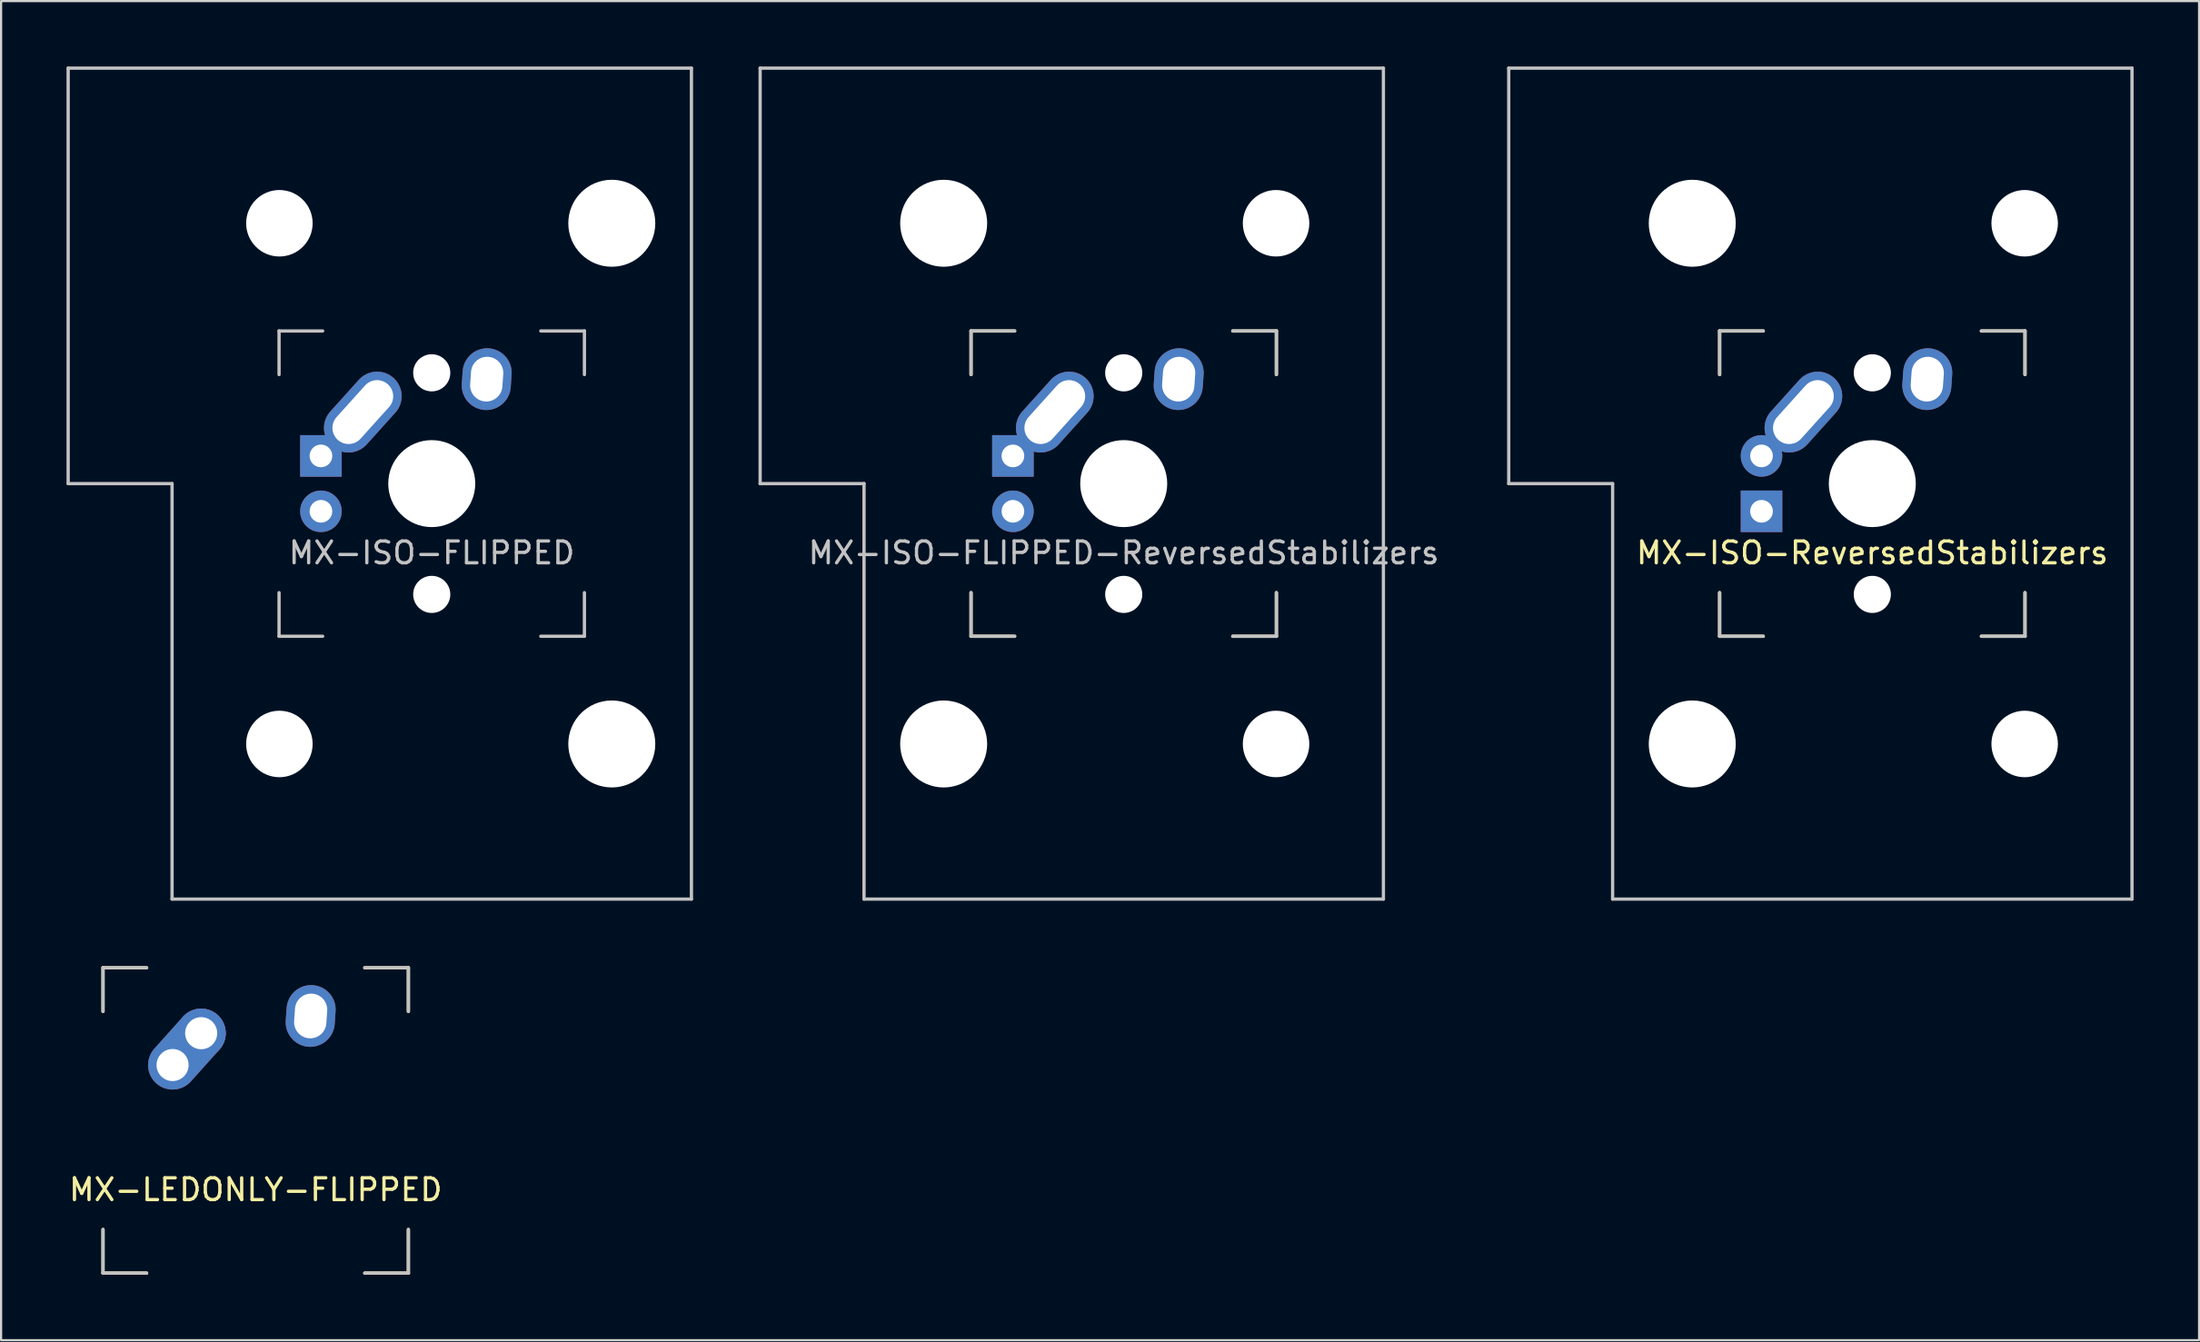
<source format=kicad_pcb>
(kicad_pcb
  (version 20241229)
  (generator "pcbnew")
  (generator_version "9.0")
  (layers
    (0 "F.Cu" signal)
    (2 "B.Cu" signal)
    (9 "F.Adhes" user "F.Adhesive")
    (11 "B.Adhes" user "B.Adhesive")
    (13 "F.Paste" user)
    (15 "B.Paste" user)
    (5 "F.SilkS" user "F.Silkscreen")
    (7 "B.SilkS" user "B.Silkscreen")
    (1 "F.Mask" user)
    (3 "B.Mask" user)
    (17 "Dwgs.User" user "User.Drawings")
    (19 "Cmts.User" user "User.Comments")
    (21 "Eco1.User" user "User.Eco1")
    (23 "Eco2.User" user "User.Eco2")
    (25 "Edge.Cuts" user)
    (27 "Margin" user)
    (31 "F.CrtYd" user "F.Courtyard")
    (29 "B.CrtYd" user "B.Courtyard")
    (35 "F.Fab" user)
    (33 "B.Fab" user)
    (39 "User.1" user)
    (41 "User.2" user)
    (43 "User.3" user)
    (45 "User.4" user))
  (footprint "MX-LEDONLY-FLIPPED"
    (layer "F.Cu")
    (at 8.673 48.325)
    (property "Reference" "MX-LEDONLY-FLIPPED" (at 0 3.175 0) (layer "F.SilkS") (effects (font (size 1 1) (thickness 0.15))))
    (attr through_hole)
    (fp_line (start -7 -7) (end -7 -5) (stroke (width 0.15) (type solid)) (layer "F.SilkS"))
    (fp_line (start -7 5) (end -7 7) (stroke (width 0.15) (type solid)) (layer "F.SilkS"))
    (fp_line (start -7 7) (end -5 7) (stroke (width 0.15) (type solid)) (layer "F.SilkS"))
    (fp_line (start -5 -7) (end -7 -7) (stroke (width 0.15) (type solid)) (layer "F.SilkS"))
    (fp_line (start 5 -7) (end 7 -7) (stroke (width 0.15) (type solid)) (layer "F.SilkS"))
    (fp_line (start 5 7) (end 7 7) (stroke (width 0.15) (type solid)) (layer "F.SilkS"))
    (fp_line (start 7 -7) (end 7 -5) (stroke (width 0.15) (type solid)) (layer "F.SilkS"))
    (fp_line (start 7 7) (end 7 5) (stroke (width 0.15) (type solid)) (layer "F.SilkS"))
    (fp_line (start -7 -7) (end -7 -5) (stroke (width 0.15) (type solid)) (layer "Dwgs.User"))
    (fp_line (start -7 5) (end -7 7) (stroke (width 0.15) (type solid)) (layer "Dwgs.User"))
    (fp_line (start -7 7) (end -5 7) (stroke (width 0.15) (type solid)) (layer "Dwgs.User"))
    (fp_line (start -5 -7) (end -7 -7) (stroke (width 0.15) (type solid)) (layer "Dwgs.User"))
    (fp_line (start 5 -7) (end 7 -7) (stroke (width 0.15) (type solid)) (layer "Dwgs.User"))
    (fp_line (start 5 7) (end 7 7) (stroke (width 0.15) (type solid)) (layer "Dwgs.User"))
    (fp_line (start 7 -7) (end 7 -5) (stroke (width 0.15) (type solid)) (layer "Dwgs.User"))
    (fp_line (start 7 7) (end 7 5) (stroke (width 0.15) (type solid)) (layer "Dwgs.User"))
    (pad "1" thru_hole oval (at -3.81 -2.54 48.1) (size 4.212 2.25) (drill 1.47 (offset 0.981 0)) (layers "*.Cu" "*.Mask"))
    (pad "1" thru_hole circle (at -2.5 -4) (size 2.25 2.25) (drill 1.47) (layers "*.Cu" "*.Mask"))
    (pad "2" thru_hole oval (at 2.52 -4.79 86) (size 2.831 2.25) (drill oval 2.051 1.48) (layers "*.Cu" "*.Mask")))
  (footprint "MX-ISO-FLIPPED-ReversedStabilizers"
    (layer "F.Cu")
    (at 48.469 19.125)
    (property "Reference" "MX-ISO-FLIPPED-ReversedStabilizers" (at 0 3.175 0) (layer "Dwgs.User") (effects (font (size 1 1) (thickness 0.15))))
    (attr through_hole)
    (fp_line (start -7 -7) (end -7 -5) (stroke (width 0.15) (type solid)) (layer "F.SilkS"))
    (fp_line (start -7 5) (end -7 7) (stroke (width 0.15) (type solid)) (layer "F.SilkS"))
    (fp_line (start -7 7) (end -5 7) (stroke (width 0.15) (type solid)) (layer "F.SilkS"))
    (fp_line (start -5 -7) (end -7 -7) (stroke (width 0.15) (type solid)) (layer "F.SilkS"))
    (fp_line (start 5 -7) (end 7 -7) (stroke (width 0.15) (type solid)) (layer "F.SilkS"))
    (fp_line (start 5 7) (end 7 7) (stroke (width 0.15) (type solid)) (layer "F.SilkS"))
    (fp_line (start 7 -7) (end 7 -5) (stroke (width 0.15) (type solid)) (layer "F.SilkS"))
    (fp_line (start 7 7) (end 7 5) (stroke (width 0.15) (type solid)) (layer "F.SilkS"))
    (fp_line (start -16.669 -19.05) (end -16.669 0) (stroke (width 0.15) (type solid)) (layer "Dwgs.User"))
    (fp_line (start -16.669 -19.05) (end 11.906 -19.05) (stroke (width 0.15) (type solid)) (layer "Dwgs.User"))
    (fp_line (start -11.906 0) (end -16.669 0) (stroke (width 0.15) (type solid)) (layer "Dwgs.User"))
    (fp_line (start -11.906 19.05) (end -11.906 0) (stroke (width 0.15) (type solid)) (layer "Dwgs.User"))
    (fp_line (start -11.906 19.05) (end 11.906 19.05) (stroke (width 0.15) (type solid)) (layer "Dwgs.User"))
    (fp_line (start -7 -7) (end -7 -5) (stroke (width 0.15) (type solid)) (layer "Dwgs.User"))
    (fp_line (start -7 5) (end -7 7) (stroke (width 0.15) (type solid)) (layer "Dwgs.User"))
    (fp_line (start -7 7) (end -5 7) (stroke (width 0.15) (type solid)) (layer "Dwgs.User"))
    (fp_line (start -5 -7) (end -7 -7) (stroke (width 0.15) (type solid)) (layer "Dwgs.User"))
    (fp_line (start 5 -7) (end 7 -7) (stroke (width 0.15) (type solid)) (layer "Dwgs.User"))
    (fp_line (start 5 7) (end 7 7) (stroke (width 0.15) (type solid)) (layer "Dwgs.User"))
    (fp_line (start 7 -7) (end 7 -5) (stroke (width 0.15) (type solid)) (layer "Dwgs.User"))
    (fp_line (start 7 7) (end 7 5) (stroke (width 0.15) (type solid)) (layer "Dwgs.User"))
    (fp_line (start 11.906 -19.05) (end 11.906 19.05) (stroke (width 0.15) (type solid)) (layer "Dwgs.User"))
    (pad "" np_thru_hole circle (at -8.255 -11.938) (size 3.988 3.988) (drill 3.988) (layers "*.Cu" "*.Mask"))
    (pad "" np_thru_hole circle (at -8.255 11.938) (size 3.988 3.988) (drill 3.988) (layers "*.Cu" "*.Mask"))
    (pad "" np_thru_hole circle (at 0 -5.08 48.1) (size 1.702 1.702) (drill 1.702) (layers "*.Cu" "*.Mask"))
    (pad "" np_thru_hole circle (at 0 0) (size 3.988 3.988) (drill 3.988) (layers "*.Cu" "*.Mask"))
    (pad "" np_thru_hole circle (at 0 5.08 48.1) (size 1.702 1.702) (drill 1.702) (layers "*.Cu" "*.Mask"))
    (pad "" np_thru_hole circle (at 6.985 -11.938) (size 3.048 3.048) (drill 3.048) (layers "*.Cu" "*.Mask"))
    (pad "" np_thru_hole circle (at 6.985 11.938) (size 3.048 3.048) (drill 3.048) (layers "*.Cu" "*.Mask"))
    (pad "1" thru_hole oval (at -3.16 -3.28 48) (size 4.21 2.25) (drill oval 3.43 1.48) (layers "*.Cu" "B.Mask"))
    (pad "2" thru_hole oval (at 2.52 -4.79 86) (size 2.831 2.25) (drill oval 2.051 1.48) (layers "*.Cu" "B.Mask"))
    (pad "3" thru_hole circle (at -5.08 1.27) (size 1.905 1.905) (drill 1.04) (layers "*.Cu" "B.Mask"))
    (pad "4" thru_hole rect (at -5.08 -1.27) (size 1.905 1.905) (drill 1.04) (layers "*.Cu" "B.Mask")))
  (footprint "MX-ISO-FLIPPED"
    (layer "F.Cu")
    (at 16.744 19.125)
    (property "Reference" "MX-ISO-FLIPPED" (at 0 3.175 0) (layer "Dwgs.User") (effects (font (size 1 1) (thickness 0.15))))
    (attr through_hole)
    (fp_line (start -16.669 -19.05) (end -16.669 0) (stroke (width 0.15) (type solid)) (layer "Dwgs.User"))
    (fp_line (start -16.669 -19.05) (end 11.906 -19.05) (stroke (width 0.15) (type solid)) (layer "Dwgs.User"))
    (fp_line (start -11.906 0) (end -16.669 0) (stroke (width 0.15) (type solid)) (layer "Dwgs.User"))
    (fp_line (start -11.906 19.05) (end -11.906 0) (stroke (width 0.15) (type solid)) (layer "Dwgs.User"))
    (fp_line (start -11.906 19.05) (end 11.906 19.05) (stroke (width 0.15) (type solid)) (layer "Dwgs.User"))
    (fp_line (start -7 -7) (end -7 -5) (stroke (width 0.15) (type solid)) (layer "Dwgs.User"))
    (fp_line (start -7 5) (end -7 7) (stroke (width 0.15) (type solid)) (layer "Dwgs.User"))
    (fp_line (start -7 7) (end -5 7) (stroke (width 0.15) (type solid)) (layer "Dwgs.User"))
    (fp_line (start -5 -7) (end -7 -7) (stroke (width 0.15) (type solid)) (layer "Dwgs.User"))
    (fp_line (start 5 -7) (end 7 -7) (stroke (width 0.15) (type solid)) (layer "Dwgs.User"))
    (fp_line (start 5 7) (end 7 7) (stroke (width 0.15) (type solid)) (layer "Dwgs.User"))
    (fp_line (start 7 -7) (end 7 -5) (stroke (width 0.15) (type solid)) (layer "Dwgs.User"))
    (fp_line (start 7 7) (end 7 5) (stroke (width 0.15) (type solid)) (layer "Dwgs.User"))
    (fp_line (start 11.906 -19.05) (end 11.906 19.05) (stroke (width 0.15) (type solid)) (layer "Dwgs.User"))
    (pad "" np_thru_hole circle (at -6.985 -11.938) (size 3.048 3.048) (drill 3.048) (layers "*.Cu" "*.Mask"))
    (pad "" np_thru_hole circle (at -6.985 11.938) (size 3.048 3.048) (drill 3.048) (layers "*.Cu" "*.Mask"))
    (pad "" np_thru_hole circle (at 0 -5.08 48.1) (size 1.702 1.702) (drill 1.702) (layers "*.Cu" "*.Mask"))
    (pad "" np_thru_hole circle (at 0 0) (size 3.988 3.988) (drill 3.988) (layers "*.Cu" "*.Mask"))
    (pad "" np_thru_hole circle (at 0 5.08 48.1) (size 1.702 1.702) (drill 1.702) (layers "*.Cu" "*.Mask"))
    (pad "" np_thru_hole circle (at 8.255 -11.938) (size 3.988 3.988) (drill 3.988) (layers "*.Cu" "*.Mask"))
    (pad "" np_thru_hole circle (at 8.255 11.938) (size 3.988 3.988) (drill 3.988) (layers "*.Cu" "*.Mask"))
    (pad "1" thru_hole oval (at -3.16 -3.28 48) (size 4.21 2.25) (drill oval 3.43 1.48) (layers "*.Cu" "B.Mask"))
    (pad "2" thru_hole oval (at 2.52 -4.79 86) (size 2.831 2.25) (drill oval 2.051 1.48) (layers "*.Cu" "B.Mask"))
    (pad "3" thru_hole circle (at -5.08 1.27) (size 1.905 1.905) (drill 1.04) (layers "*.Cu" "B.Mask"))
    (pad "4" thru_hole rect (at -5.08 -1.27) (size 1.905 1.905) (drill 1.04) (layers "*.Cu" "B.Mask")))
  (footprint "MX-ISO-ReversedStabilizers"
    (layer "F.Cu")
    (at 82.79 19.125)
    (property "Reference" "MX-ISO-ReversedStabilizers" (at 0 3.175 0) (layer "F.SilkS") (effects (font (size 1 1) (thickness 0.15))))
    (attr through_hole)
    (fp_line (start -7 -7) (end -7 -5) (stroke (width 0.15) (type solid)) (layer "F.SilkS"))
    (fp_line (start -7 5) (end -7 7) (stroke (width 0.15) (type solid)) (layer "F.SilkS"))
    (fp_line (start -7 7) (end -5 7) (stroke (width 0.15) (type solid)) (layer "F.SilkS"))
    (fp_line (start -5 -7) (end -7 -7) (stroke (width 0.15) (type solid)) (layer "F.SilkS"))
    (fp_line (start 5 -7) (end 7 -7) (stroke (width 0.15) (type solid)) (layer "F.SilkS"))
    (fp_line (start 5 7) (end 7 7) (stroke (width 0.15) (type solid)) (layer "F.SilkS"))
    (fp_line (start 7 -7) (end 7 -5) (stroke (width 0.15) (type solid)) (layer "F.SilkS"))
    (fp_line (start 7 7) (end 7 5) (stroke (width 0.15) (type solid)) (layer "F.SilkS"))
    (fp_line (start -16.669 -19.05) (end -16.669 0) (stroke (width 0.15) (type solid)) (layer "Dwgs.User"))
    (fp_line (start -16.669 -19.05) (end 11.906 -19.05) (stroke (width 0.15) (type solid)) (layer "Dwgs.User"))
    (fp_line (start -11.906 0) (end -16.669 0) (stroke (width 0.15) (type solid)) (layer "Dwgs.User"))
    (fp_line (start -11.906 19.05) (end -11.906 0) (stroke (width 0.15) (type solid)) (layer "Dwgs.User"))
    (fp_line (start -11.906 19.05) (end 11.906 19.05) (stroke (width 0.15) (type solid)) (layer "Dwgs.User"))
    (fp_line (start -7 -7) (end -7 -5) (stroke (width 0.15) (type solid)) (layer "Dwgs.User"))
    (fp_line (start -7 5) (end -7 7) (stroke (width 0.15) (type solid)) (layer "Dwgs.User"))
    (fp_line (start -7 7) (end -5 7) (stroke (width 0.15) (type solid)) (layer "Dwgs.User"))
    (fp_line (start -5 -7) (end -7 -7) (stroke (width 0.15) (type solid)) (layer "Dwgs.User"))
    (fp_line (start 5 -7) (end 7 -7) (stroke (width 0.15) (type solid)) (layer "Dwgs.User"))
    (fp_line (start 5 7) (end 7 7) (stroke (width 0.15) (type solid)) (layer "Dwgs.User"))
    (fp_line (start 7 -7) (end 7 -5) (stroke (width 0.15) (type solid)) (layer "Dwgs.User"))
    (fp_line (start 7 7) (end 7 5) (stroke (width 0.15) (type solid)) (layer "Dwgs.User"))
    (fp_line (start 11.906 -19.05) (end 11.906 19.05) (stroke (width 0.15) (type solid)) (layer "Dwgs.User"))
    (pad "" np_thru_hole circle (at -8.255 -11.938) (size 3.988 3.988) (drill 3.988) (layers "*.Cu" "*.Mask"))
    (pad "" np_thru_hole circle (at -8.255 11.938) (size 3.988 3.988) (drill 3.988) (layers "*.Cu" "*.Mask"))
    (pad "" np_thru_hole circle (at 0 -5.08 48.1) (size 1.702 1.702) (drill 1.702) (layers "*.Cu" "*.Mask"))
    (pad "" np_thru_hole circle (at 0 0) (size 3.988 3.988) (drill 3.988) (layers "*.Cu" "*.Mask"))
    (pad "" np_thru_hole circle (at 0 5.08 48.1) (size 1.702 1.702) (drill 1.702) (layers "*.Cu" "*.Mask"))
    (pad "" np_thru_hole circle (at 6.985 -11.938) (size 3.048 3.048) (drill 3.048) (layers "*.Cu" "*.Mask"))
    (pad "" np_thru_hole circle (at 6.985 11.938) (size 3.048 3.048) (drill 3.048) (layers "*.Cu" "*.Mask"))
    (pad "1" thru_hole oval (at -3.16 -3.28 48) (size 4.21 2.25) (drill oval 3.43 1.48) (layers "*.Cu" "*.Mask"))
    (pad "2" thru_hole oval (at 2.52 -4.79 86) (size 2.831 2.25) (drill oval 2.051 1.48) (layers "*.Cu" "*.Mask"))
    (pad "3" thru_hole circle (at -5.08 -1.27) (size 1.905 1.905) (drill 1.04) (layers "*.Cu" "*.Mask"))
    (pad "4" thru_hole rect (at -5.08 1.27) (size 1.905 1.905) (drill 1.04) (layers "*.Cu" "*.Mask")))
  (gr_rect
    (start -3 -3)
    (end 97.771 58.4)
    (stroke (width 0.1) (type default))
    (fill no)
    (layer "Edge.Cuts")))
</source>
